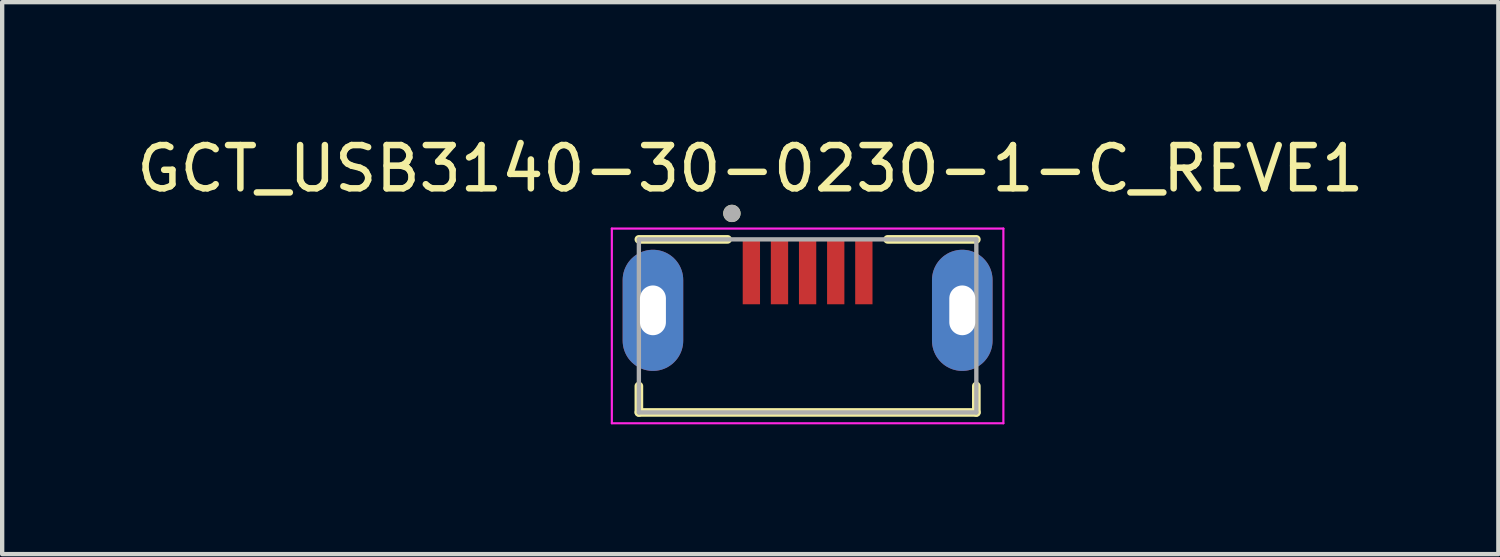
<source format=kicad_pcb>
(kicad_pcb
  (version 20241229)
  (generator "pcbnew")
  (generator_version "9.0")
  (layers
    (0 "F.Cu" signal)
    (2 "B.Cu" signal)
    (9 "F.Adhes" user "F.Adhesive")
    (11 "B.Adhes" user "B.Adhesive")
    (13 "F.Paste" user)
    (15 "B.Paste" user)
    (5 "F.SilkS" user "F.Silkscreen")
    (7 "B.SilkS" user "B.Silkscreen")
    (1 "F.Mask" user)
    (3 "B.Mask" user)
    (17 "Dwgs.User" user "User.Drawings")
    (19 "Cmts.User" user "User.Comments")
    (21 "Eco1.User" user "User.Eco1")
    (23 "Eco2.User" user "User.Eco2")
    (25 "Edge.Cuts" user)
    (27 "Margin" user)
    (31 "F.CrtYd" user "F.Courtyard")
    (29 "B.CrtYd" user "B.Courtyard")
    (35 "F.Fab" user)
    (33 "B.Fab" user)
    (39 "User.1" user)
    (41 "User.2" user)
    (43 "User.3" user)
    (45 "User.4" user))
  (footprint "GCT_USB3140-30-0230-1-C_REVE1"
    (layer "F.Cu")
    (at 15.617 4.483)
    (property "Reference" "GCT_USB3140-30-0230-1-C_REVE1" (at -1.325 -3.635 0) (layer "F.SilkS") (effects (font (size 1 1) (thickness 0.15))))
    (attr through_hole)
    (fp_poly (pts (xy -3.575 0.615) (xy -3.612 0.614) (xy -3.648 0.611) (xy -3.685 0.606) (xy -3.721 0.6) (xy -3.756 0.591) (xy -3.791 0.581) (xy -3.826 0.569) (xy -3.86 0.554) (xy -3.893 0.539) (xy -3.925 0.521) (xy -3.956 0.502) (xy -3.986 0.481) (xy -4.016 0.459) (xy -4.043 0.435) (xy -4.07 0.41) (xy -4.095 0.383) (xy -4.119 0.356) (xy -4.141 0.326) (xy -4.162 0.296) (xy -4.181 0.265) (xy -4.199 0.233) (xy -4.214 0.2) (xy -4.229 0.166) (xy -4.241 0.131) (xy -4.251 0.096) (xy -4.26 0.061) (xy -4.266 0.025) (xy -4.271 -0.012) (xy -4.274 -0.048) (xy -4.275 -0.085) (xy -4.275 -0.635) (xy -4.274 -0.672) (xy -4.271 -0.708) (xy -4.266 -0.745) (xy -4.26 -0.781) (xy -4.251 -0.816) (xy -4.241 -0.851) (xy -4.229 -0.886) (xy -4.214 -0.92) (xy -4.199 -0.953) (xy -4.181 -0.985) (xy -4.162 -1.016) (xy -4.141 -1.046) (xy -4.119 -1.076) (xy -4.095 -1.103) (xy -4.07 -1.13) (xy -4.043 -1.155) (xy -4.016 -1.179) (xy -3.986 -1.201) (xy -3.956 -1.222) (xy -3.925 -1.241) (xy -3.893 -1.259) (xy -3.86 -1.274) (xy -3.826 -1.289) (xy -3.791 -1.301) (xy -3.756 -1.311) (xy -3.721 -1.32) (xy -3.685 -1.326) (xy -3.648 -1.331) (xy -3.612 -1.334) (xy -3.575 -1.335) (xy -3.538 -1.334) (xy -3.502 -1.331) (xy -3.465 -1.326) (xy -3.429 -1.32) (xy -3.394 -1.311) (xy -3.359 -1.301) (xy -3.324 -1.289) (xy -3.29 -1.274) (xy -3.257 -1.259) (xy -3.225 -1.241) (xy -3.194 -1.222) (xy -3.164 -1.201) (xy -3.134 -1.179) (xy -3.107 -1.155) (xy -3.08 -1.13) (xy -3.055 -1.103) (xy -3.031 -1.076) (xy -3.009 -1.046) (xy -2.988 -1.016) (xy -2.969 -0.985) (xy -2.951 -0.953) (xy -2.936 -0.92) (xy -2.921 -0.886) (xy -2.909 -0.851) (xy -2.899 -0.816) (xy -2.89 -0.781) (xy -2.884 -0.745) (xy -2.879 -0.708) (xy -2.876 -0.672) (xy -2.875 -0.635) (xy -2.875 -0.085) (xy -2.876 -0.048) (xy -2.879 -0.012) (xy -2.884 0.025) (xy -2.89 0.061) (xy -2.899 0.096) (xy -2.909 0.131) (xy -2.921 0.166) (xy -2.936 0.2) (xy -2.951 0.233) (xy -2.969 0.265) (xy -2.988 0.296) (xy -3.009 0.326) (xy -3.031 0.356) (xy -3.055 0.383) (xy -3.08 0.41) (xy -3.107 0.435) (xy -3.134 0.459) (xy -3.164 0.481) (xy -3.194 0.502) (xy -3.225 0.521) (xy -3.257 0.539) (xy -3.29 0.554) (xy -3.324 0.569) (xy -3.359 0.581) (xy -3.394 0.591) (xy -3.429 0.6) (xy -3.465 0.606) (xy -3.502 0.611) (xy -3.538 0.614) (xy -3.575 0.615)) (stroke (width 0.01) (type solid)) (fill yes) (layer "F.Mask"))
    (fp_poly (pts (xy 3.575 0.615) (xy 3.538 0.614) (xy 3.502 0.611) (xy 3.465 0.606) (xy 3.429 0.6) (xy 3.394 0.591) (xy 3.359 0.581) (xy 3.324 0.569) (xy 3.29 0.554) (xy 3.257 0.539) (xy 3.225 0.521) (xy 3.194 0.502) (xy 3.164 0.481) (xy 3.134 0.459) (xy 3.107 0.435) (xy 3.08 0.41) (xy 3.055 0.383) (xy 3.031 0.356) (xy 3.009 0.326) (xy 2.988 0.296) (xy 2.969 0.265) (xy 2.951 0.233) (xy 2.936 0.2) (xy 2.921 0.166) (xy 2.909 0.131) (xy 2.899 0.096) (xy 2.89 0.061) (xy 2.884 0.025) (xy 2.879 -0.012) (xy 2.876 -0.048) (xy 2.875 -0.085) (xy 2.875 -0.635) (xy 2.876 -0.672) (xy 2.879 -0.708) (xy 2.884 -0.745) (xy 2.89 -0.781) (xy 2.899 -0.816) (xy 2.909 -0.851) (xy 2.921 -0.886) (xy 2.936 -0.92) (xy 2.951 -0.953) (xy 2.969 -0.985) (xy 2.988 -1.016) (xy 3.009 -1.046) (xy 3.031 -1.076) (xy 3.055 -1.103) (xy 3.08 -1.13) (xy 3.107 -1.155) (xy 3.134 -1.179) (xy 3.164 -1.201) (xy 3.194 -1.222) (xy 3.225 -1.241) (xy 3.257 -1.259) (xy 3.29 -1.274) (xy 3.324 -1.289) (xy 3.359 -1.301) (xy 3.394 -1.311) (xy 3.429 -1.32) (xy 3.465 -1.326) (xy 3.502 -1.331) (xy 3.538 -1.334) (xy 3.575 -1.335) (xy 3.612 -1.334) (xy 3.648 -1.331) (xy 3.685 -1.326) (xy 3.721 -1.32) (xy 3.756 -1.311) (xy 3.791 -1.301) (xy 3.826 -1.289) (xy 3.86 -1.274) (xy 3.893 -1.259) (xy 3.925 -1.241) (xy 3.956 -1.222) (xy 3.986 -1.201) (xy 4.016 -1.179) (xy 4.043 -1.155) (xy 4.07 -1.13) (xy 4.095 -1.103) (xy 4.119 -1.076) (xy 4.141 -1.046) (xy 4.162 -1.016) (xy 4.181 -0.985) (xy 4.199 -0.953) (xy 4.214 -0.92) (xy 4.229 -0.886) (xy 4.241 -0.851) (xy 4.251 -0.816) (xy 4.26 -0.781) (xy 4.266 -0.745) (xy 4.271 -0.708) (xy 4.274 -0.672) (xy 4.275 -0.635) (xy 4.275 -0.085) (xy 4.274 -0.048) (xy 4.271 -0.012) (xy 4.266 0.025) (xy 4.26 0.061) (xy 4.251 0.096) (xy 4.241 0.131) (xy 4.229 0.166) (xy 4.214 0.2) (xy 4.199 0.233) (xy 4.181 0.265) (xy 4.162 0.296) (xy 4.141 0.326) (xy 4.119 0.356) (xy 4.095 0.383) (xy 4.07 0.41) (xy 4.043 0.435) (xy 4.016 0.459) (xy 3.986 0.481) (xy 3.956 0.502) (xy 3.925 0.521) (xy 3.893 0.539) (xy 3.86 0.554) (xy 3.826 0.569) (xy 3.791 0.581) (xy 3.756 0.591) (xy 3.721 0.6) (xy 3.685 0.606) (xy 3.648 0.611) (xy 3.612 0.614) (xy 3.575 0.615)) (stroke (width 0.01) (type solid)) (fill yes) (layer "F.Mask"))
    (fp_poly (pts (xy -3.575 0.615) (xy -3.612 0.614) (xy -3.648 0.611) (xy -3.685 0.606) (xy -3.721 0.6) (xy -3.756 0.591) (xy -3.791 0.581) (xy -3.826 0.569) (xy -3.86 0.554) (xy -3.893 0.539) (xy -3.925 0.521) (xy -3.956 0.502) (xy -3.986 0.481) (xy -4.016 0.459) (xy -4.043 0.435) (xy -4.07 0.41) (xy -4.095 0.383) (xy -4.119 0.356) (xy -4.141 0.326) (xy -4.162 0.296) (xy -4.181 0.265) (xy -4.199 0.233) (xy -4.214 0.2) (xy -4.229 0.166) (xy -4.241 0.131) (xy -4.251 0.096) (xy -4.26 0.061) (xy -4.266 0.025) (xy -4.271 -0.012) (xy -4.274 -0.048) (xy -4.275 -0.085) (xy -4.275 -0.635) (xy -4.274 -0.672) (xy -4.271 -0.708) (xy -4.266 -0.745) (xy -4.26 -0.781) (xy -4.251 -0.816) (xy -4.241 -0.851) (xy -4.229 -0.886) (xy -4.214 -0.92) (xy -4.199 -0.953) (xy -4.181 -0.985) (xy -4.162 -1.016) (xy -4.141 -1.046) (xy -4.119 -1.076) (xy -4.095 -1.103) (xy -4.07 -1.13) (xy -4.043 -1.155) (xy -4.016 -1.179) (xy -3.986 -1.201) (xy -3.956 -1.222) (xy -3.925 -1.241) (xy -3.893 -1.259) (xy -3.86 -1.274) (xy -3.826 -1.289) (xy -3.791 -1.301) (xy -3.756 -1.311) (xy -3.721 -1.32) (xy -3.685 -1.326) (xy -3.648 -1.331) (xy -3.612 -1.334) (xy -3.575 -1.335) (xy -3.538 -1.334) (xy -3.502 -1.331) (xy -3.465 -1.326) (xy -3.429 -1.32) (xy -3.394 -1.311) (xy -3.359 -1.301) (xy -3.324 -1.289) (xy -3.29 -1.274) (xy -3.257 -1.259) (xy -3.225 -1.241) (xy -3.194 -1.222) (xy -3.164 -1.201) (xy -3.134 -1.179) (xy -3.107 -1.155) (xy -3.08 -1.13) (xy -3.055 -1.103) (xy -3.031 -1.076) (xy -3.009 -1.046) (xy -2.988 -1.016) (xy -2.969 -0.985) (xy -2.951 -0.953) (xy -2.936 -0.92) (xy -2.921 -0.886) (xy -2.909 -0.851) (xy -2.899 -0.816) (xy -2.89 -0.781) (xy -2.884 -0.745) (xy -2.879 -0.708) (xy -2.876 -0.672) (xy -2.875 -0.635) (xy -2.875 -0.085) (xy -2.876 -0.048) (xy -2.879 -0.012) (xy -2.884 0.025) (xy -2.89 0.061) (xy -2.899 0.096) (xy -2.909 0.131) (xy -2.921 0.166) (xy -2.936 0.2) (xy -2.951 0.233) (xy -2.969 0.265) (xy -2.988 0.296) (xy -3.009 0.326) (xy -3.031 0.356) (xy -3.055 0.383) (xy -3.08 0.41) (xy -3.107 0.435) (xy -3.134 0.459) (xy -3.164 0.481) (xy -3.194 0.502) (xy -3.225 0.521) (xy -3.257 0.539) (xy -3.29 0.554) (xy -3.324 0.569) (xy -3.359 0.581) (xy -3.394 0.591) (xy -3.429 0.6) (xy -3.465 0.606) (xy -3.502 0.611) (xy -3.538 0.614) (xy -3.575 0.615)) (stroke (width 0.01) (type solid)) (fill yes) (layer "B.Mask"))
    (fp_poly (pts (xy 3.575 0.615) (xy 3.538 0.614) (xy 3.502 0.611) (xy 3.465 0.606) (xy 3.429 0.6) (xy 3.394 0.591) (xy 3.359 0.581) (xy 3.324 0.569) (xy 3.29 0.554) (xy 3.257 0.539) (xy 3.225 0.521) (xy 3.194 0.502) (xy 3.164 0.481) (xy 3.134 0.459) (xy 3.107 0.435) (xy 3.08 0.41) (xy 3.055 0.383) (xy 3.031 0.356) (xy 3.009 0.326) (xy 2.988 0.296) (xy 2.969 0.265) (xy 2.951 0.233) (xy 2.936 0.2) (xy 2.921 0.166) (xy 2.909 0.131) (xy 2.899 0.096) (xy 2.89 0.061) (xy 2.884 0.025) (xy 2.879 -0.012) (xy 2.876 -0.048) (xy 2.875 -0.085) (xy 2.875 -0.635) (xy 2.876 -0.672) (xy 2.879 -0.708) (xy 2.884 -0.745) (xy 2.89 -0.781) (xy 2.899 -0.816) (xy 2.909 -0.851) (xy 2.921 -0.886) (xy 2.936 -0.92) (xy 2.951 -0.953) (xy 2.969 -0.985) (xy 2.988 -1.016) (xy 3.009 -1.046) (xy 3.031 -1.076) (xy 3.055 -1.103) (xy 3.08 -1.13) (xy 3.107 -1.155) (xy 3.134 -1.179) (xy 3.164 -1.201) (xy 3.194 -1.222) (xy 3.225 -1.241) (xy 3.257 -1.259) (xy 3.29 -1.274) (xy 3.324 -1.289) (xy 3.359 -1.301) (xy 3.394 -1.311) (xy 3.429 -1.32) (xy 3.465 -1.326) (xy 3.502 -1.331) (xy 3.538 -1.334) (xy 3.575 -1.335) (xy 3.612 -1.334) (xy 3.648 -1.331) (xy 3.685 -1.326) (xy 3.721 -1.32) (xy 3.756 -1.311) (xy 3.791 -1.301) (xy 3.826 -1.289) (xy 3.86 -1.274) (xy 3.893 -1.259) (xy 3.925 -1.241) (xy 3.956 -1.222) (xy 3.986 -1.201) (xy 4.016 -1.179) (xy 4.043 -1.155) (xy 4.07 -1.13) (xy 4.095 -1.103) (xy 4.119 -1.076) (xy 4.141 -1.046) (xy 4.162 -1.016) (xy 4.181 -0.985) (xy 4.199 -0.953) (xy 4.214 -0.92) (xy 4.229 -0.886) (xy 4.241 -0.851) (xy 4.251 -0.816) (xy 4.26 -0.781) (xy 4.266 -0.745) (xy 4.271 -0.708) (xy 4.274 -0.672) (xy 4.275 -0.635) (xy 4.275 -0.085) (xy 4.274 -0.048) (xy 4.271 -0.012) (xy 4.266 0.025) (xy 4.26 0.061) (xy 4.251 0.096) (xy 4.241 0.131) (xy 4.229 0.166) (xy 4.214 0.2) (xy 4.199 0.233) (xy 4.181 0.265) (xy 4.162 0.296) (xy 4.141 0.326) (xy 4.119 0.356) (xy 4.095 0.383) (xy 4.07 0.41) (xy 4.043 0.435) (xy 4.016 0.459) (xy 3.986 0.481) (xy 3.956 0.502) (xy 3.925 0.521) (xy 3.893 0.539) (xy 3.86 0.554) (xy 3.826 0.569) (xy 3.791 0.581) (xy 3.756 0.591) (xy 3.721 0.6) (xy 3.685 0.606) (xy 3.648 0.611) (xy 3.612 0.614) (xy 3.575 0.615)) (stroke (width 0.01) (type solid)) (fill yes) (layer "B.Mask"))
    (fp_line (start -3.9 -2) (end -1.85 -2) (stroke (width 0.2) (type solid)) (layer "F.SilkS"))
    (fp_line (start -3.9 2) (end -3.9 1.39) (stroke (width 0.2) (type solid)) (layer "F.SilkS"))
    (fp_line (start -3.9 2) (end 3.9 2) (stroke (width 0.2) (type solid)) (layer "F.SilkS"))
    (fp_line (start 1.85 -2) (end 3.9 -2) (stroke (width 0.2) (type solid)) (layer "F.SilkS"))
    (fp_line (start 3.9 2) (end 3.9 1.39) (stroke (width 0.2) (type solid)) (layer "F.SilkS"))
    (fp_circle (center -1.75 -2.6) (end -1.65 -2.6) (stroke (width 0.2) (type solid)) (fill no) (layer "F.SilkS"))
    (fp_line (start -4.525 -2.25) (end 4.525 -2.25) (stroke (width 0.05) (type solid)) (layer "F.CrtYd"))
    (fp_line (start -4.525 2.25) (end -4.525 -2.25) (stroke (width 0.05) (type solid)) (layer "F.CrtYd"))
    (fp_line (start -4.525 2.25) (end 4.525 2.25) (stroke (width 0.05) (type solid)) (layer "F.CrtYd"))
    (fp_line (start 4.525 2.25) (end 4.525 -2.25) (stroke (width 0.05) (type solid)) (layer "F.CrtYd"))
    (fp_line (start -3.9 -2) (end 3.9 -2) (stroke (width 0.1) (type solid)) (layer "F.Fab"))
    (fp_line (start -3.9 2) (end -3.9 -2) (stroke (width 0.1) (type solid)) (layer "F.Fab"))
    (fp_line (start -3.9 2) (end 3.9 2) (stroke (width 0.1) (type solid)) (layer "F.Fab"))
    (fp_line (start 3.9 2) (end 3.9 -2) (stroke (width 0.1) (type solid)) (layer "F.Fab"))
    (fp_circle (center -1.75 -2.6) (end -1.65 -2.6) (stroke (width 0.2) (type solid)) (fill no) (layer "F.Fab"))
    (pad "1" smd rect (at -1.3 -1.25) (size 0.4 1.5) (layers "F.Cu" "F.Mask" "F.Paste"))
    (pad "2" smd rect (at -0.65 -1.25) (size 0.4 1.5) (layers "F.Cu" "F.Mask" "F.Paste"))
    (pad "3" smd rect (at 0 -1.25) (size 0.4 1.5) (layers "F.Cu" "F.Mask" "F.Paste"))
    (pad "4" smd rect (at 0.65 -1.25) (size 0.4 1.5) (layers "F.Cu" "F.Mask" "F.Paste"))
    (pad "5" smd rect (at 1.3 -1.25) (size 0.4 1.5) (layers "F.Cu" "F.Mask" "F.Paste"))
    (pad "S1" thru_hole oval (at -3.575 -0.36) (size 1.4 2.8) (drill oval 0.6 1.15) (layers "*.Cu"))
    (pad "S2" thru_hole oval (at 3.575 -0.36) (size 1.4 2.8) (drill oval 0.6 1.15) (layers "*.Cu")))
  (gr_rect
    (start -3 -3)
    (end 31.583 9.758)
    (stroke (width 0.1) (type default))
    (fill no)
    (layer "Edge.Cuts")))
</source>
